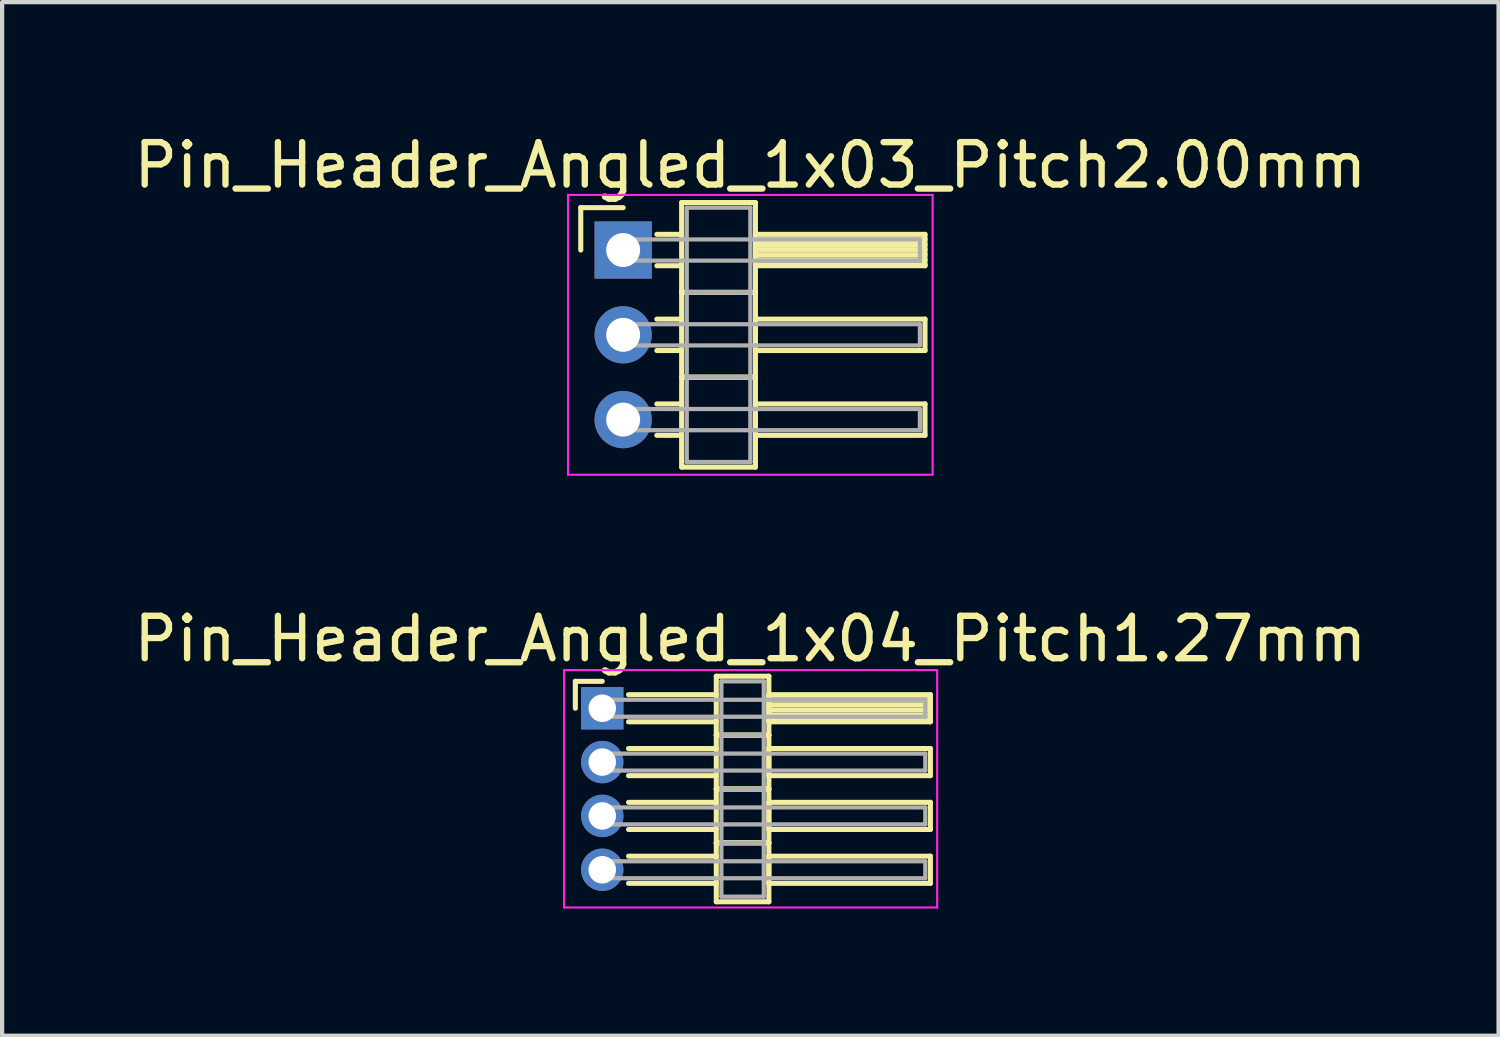
<source format=kicad_pcb>
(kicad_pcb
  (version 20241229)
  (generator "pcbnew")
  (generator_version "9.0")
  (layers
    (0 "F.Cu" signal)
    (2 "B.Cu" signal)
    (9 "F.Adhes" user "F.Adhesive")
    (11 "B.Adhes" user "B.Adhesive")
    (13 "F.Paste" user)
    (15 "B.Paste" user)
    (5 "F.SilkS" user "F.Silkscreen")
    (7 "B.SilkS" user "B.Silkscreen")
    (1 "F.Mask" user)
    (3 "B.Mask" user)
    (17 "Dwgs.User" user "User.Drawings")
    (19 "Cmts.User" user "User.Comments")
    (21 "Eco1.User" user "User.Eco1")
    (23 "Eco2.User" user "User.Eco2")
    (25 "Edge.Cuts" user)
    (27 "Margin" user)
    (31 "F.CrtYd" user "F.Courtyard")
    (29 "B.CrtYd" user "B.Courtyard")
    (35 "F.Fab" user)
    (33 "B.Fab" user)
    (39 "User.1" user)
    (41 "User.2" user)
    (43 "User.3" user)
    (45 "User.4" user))
  (footprint "Pin_Header_Angled_1x03_Pitch2.00mm"
    (layer "F.Cu")
    (at 11.649 2.848)
    (property "Reference" "Pin_Header_Angled_1x03_Pitch2.00mm" (at 3 -2 0) (layer "F.SilkS") (effects (font (size 1 1) (thickness 0.15))))
    (attr through_hole)
    (fp_line (start -1 -1) (end 0 -1) (stroke (width 0.12) (type solid)) (layer "F.SilkS"))
    (fp_line (start -1 0) (end -1 -1) (stroke (width 0.12) (type solid)) (layer "F.SilkS"))
    (fp_line (start 0.795 -0.37) (end 1.38 -0.37) (stroke (width 0.12) (type solid)) (layer "F.SilkS"))
    (fp_line (start 0.795 0.37) (end 1.38 0.37) (stroke (width 0.12) (type solid)) (layer "F.SilkS"))
    (fp_line (start 0.795 1.63) (end 1.38 1.63) (stroke (width 0.12) (type solid)) (layer "F.SilkS"))
    (fp_line (start 0.795 2.37) (end 1.38 2.37) (stroke (width 0.12) (type solid)) (layer "F.SilkS"))
    (fp_line (start 0.795 3.63) (end 1.38 3.63) (stroke (width 0.12) (type solid)) (layer "F.SilkS"))
    (fp_line (start 0.795 4.37) (end 1.38 4.37) (stroke (width 0.12) (type solid)) (layer "F.SilkS"))
    (fp_line (start 1.38 -1.12) (end 1.38 1) (stroke (width 0.12) (type solid)) (layer "F.SilkS"))
    (fp_line (start 1.38 1) (end 1.38 3) (stroke (width 0.12) (type solid)) (layer "F.SilkS"))
    (fp_line (start 1.38 1) (end 3.12 1) (stroke (width 0.12) (type solid)) (layer "F.SilkS"))
    (fp_line (start 1.38 3) (end 1.38 5.12) (stroke (width 0.12) (type solid)) (layer "F.SilkS"))
    (fp_line (start 1.38 3) (end 3.12 3) (stroke (width 0.12) (type solid)) (layer "F.SilkS"))
    (fp_line (start 1.38 5.12) (end 3.12 5.12) (stroke (width 0.12) (type solid)) (layer "F.SilkS"))
    (fp_line (start 3.12 -1.12) (end 1.38 -1.12) (stroke (width 0.12) (type solid)) (layer "F.SilkS"))
    (fp_line (start 3.12 -0.37) (end 3.12 0.37) (stroke (width 0.12) (type solid)) (layer "F.SilkS"))
    (fp_line (start 3.12 -0.25) (end 7.12 -0.25) (stroke (width 0.12) (type solid)) (layer "F.SilkS"))
    (fp_line (start 3.12 -0.13) (end 7.12 -0.13) (stroke (width 0.12) (type solid)) (layer "F.SilkS"))
    (fp_line (start 3.12 -0.01) (end 7.12 -0.01) (stroke (width 0.12) (type solid)) (layer "F.SilkS"))
    (fp_line (start 3.12 0.11) (end 7.12 0.11) (stroke (width 0.12) (type solid)) (layer "F.SilkS"))
    (fp_line (start 3.12 0.23) (end 7.12 0.23) (stroke (width 0.12) (type solid)) (layer "F.SilkS"))
    (fp_line (start 3.12 0.35) (end 7.12 0.35) (stroke (width 0.12) (type solid)) (layer "F.SilkS"))
    (fp_line (start 3.12 0.37) (end 7.12 0.37) (stroke (width 0.12) (type solid)) (layer "F.SilkS"))
    (fp_line (start 3.12 1) (end 1.38 1) (stroke (width 0.12) (type solid)) (layer "F.SilkS"))
    (fp_line (start 3.12 1) (end 3.12 -1.12) (stroke (width 0.12) (type solid)) (layer "F.SilkS"))
    (fp_line (start 3.12 1.63) (end 3.12 2.37) (stroke (width 0.12) (type solid)) (layer "F.SilkS"))
    (fp_line (start 3.12 2.37) (end 7.12 2.37) (stroke (width 0.12) (type solid)) (layer "F.SilkS"))
    (fp_line (start 3.12 3) (end 1.38 3) (stroke (width 0.12) (type solid)) (layer "F.SilkS"))
    (fp_line (start 3.12 3) (end 3.12 1) (stroke (width 0.12) (type solid)) (layer "F.SilkS"))
    (fp_line (start 3.12 3.63) (end 3.12 4.37) (stroke (width 0.12) (type solid)) (layer "F.SilkS"))
    (fp_line (start 3.12 4.37) (end 7.12 4.37) (stroke (width 0.12) (type solid)) (layer "F.SilkS"))
    (fp_line (start 3.12 5.12) (end 3.12 3) (stroke (width 0.12) (type solid)) (layer "F.SilkS"))
    (fp_line (start 7.12 -0.37) (end 3.12 -0.37) (stroke (width 0.12) (type solid)) (layer "F.SilkS"))
    (fp_line (start 7.12 0.37) (end 7.12 -0.37) (stroke (width 0.12) (type solid)) (layer "F.SilkS"))
    (fp_line (start 7.12 1.63) (end 3.12 1.63) (stroke (width 0.12) (type solid)) (layer "F.SilkS"))
    (fp_line (start 7.12 2.37) (end 7.12 1.63) (stroke (width 0.12) (type solid)) (layer "F.SilkS"))
    (fp_line (start 7.12 3.63) (end 3.12 3.63) (stroke (width 0.12) (type solid)) (layer "F.SilkS"))
    (fp_line (start 7.12 4.37) (end 7.12 3.63) (stroke (width 0.12) (type solid)) (layer "F.SilkS"))
    (fp_line (start -1.3 -1.3) (end -1.3 5.3) (stroke (width 0.05) (type solid)) (layer "F.CrtYd"))
    (fp_line (start -1.3 5.3) (end 7.3 5.3) (stroke (width 0.05) (type solid)) (layer "F.CrtYd"))
    (fp_line (start 7.3 -1.3) (end -1.3 -1.3) (stroke (width 0.05) (type solid)) (layer "F.CrtYd"))
    (fp_line (start 7.3 5.3) (end 7.3 -1.3) (stroke (width 0.05) (type solid)) (layer "F.CrtYd"))
    (fp_line (start 0 -0.25) (end 0 0.25) (stroke (width 0.1) (type solid)) (layer "F.Fab"))
    (fp_line (start 0 0.25) (end 7 0.25) (stroke (width 0.1) (type solid)) (layer "F.Fab"))
    (fp_line (start 0 1.75) (end 0 2.25) (stroke (width 0.1) (type solid)) (layer "F.Fab"))
    (fp_line (start 0 2.25) (end 7 2.25) (stroke (width 0.1) (type solid)) (layer "F.Fab"))
    (fp_line (start 0 3.75) (end 0 4.25) (stroke (width 0.1) (type solid)) (layer "F.Fab"))
    (fp_line (start 0 4.25) (end 7 4.25) (stroke (width 0.1) (type solid)) (layer "F.Fab"))
    (fp_line (start 1.5 -1) (end 1.5 1) (stroke (width 0.1) (type solid)) (layer "F.Fab"))
    (fp_line (start 1.5 1) (end 1.5 3) (stroke (width 0.1) (type solid)) (layer "F.Fab"))
    (fp_line (start 1.5 1) (end 3 1) (stroke (width 0.1) (type solid)) (layer "F.Fab"))
    (fp_line (start 1.5 3) (end 1.5 5) (stroke (width 0.1) (type solid)) (layer "F.Fab"))
    (fp_line (start 1.5 3) (end 3 3) (stroke (width 0.1) (type solid)) (layer "F.Fab"))
    (fp_line (start 1.5 5) (end 3 5) (stroke (width 0.1) (type solid)) (layer "F.Fab"))
    (fp_line (start 3 -1) (end 1.5 -1) (stroke (width 0.1) (type solid)) (layer "F.Fab"))
    (fp_line (start 3 1) (end 1.5 1) (stroke (width 0.1) (type solid)) (layer "F.Fab"))
    (fp_line (start 3 1) (end 3 -1) (stroke (width 0.1) (type solid)) (layer "F.Fab"))
    (fp_line (start 3 3) (end 1.5 3) (stroke (width 0.1) (type solid)) (layer "F.Fab"))
    (fp_line (start 3 3) (end 3 1) (stroke (width 0.1) (type solid)) (layer "F.Fab"))
    (fp_line (start 3 5) (end 3 3) (stroke (width 0.1) (type solid)) (layer "F.Fab"))
    (fp_line (start 7 -0.25) (end 0 -0.25) (stroke (width 0.1) (type solid)) (layer "F.Fab"))
    (fp_line (start 7 0.25) (end 7 -0.25) (stroke (width 0.1) (type solid)) (layer "F.Fab"))
    (fp_line (start 7 1.75) (end 0 1.75) (stroke (width 0.1) (type solid)) (layer "F.Fab"))
    (fp_line (start 7 2.25) (end 7 1.75) (stroke (width 0.1) (type solid)) (layer "F.Fab"))
    (fp_line (start 7 3.75) (end 0 3.75) (stroke (width 0.1) (type solid)) (layer "F.Fab"))
    (fp_line (start 7 4.25) (end 7 3.75) (stroke (width 0.1) (type solid)) (layer "F.Fab"))
    (pad "1" thru_hole rect (at 0 0) (size 1.35 1.35) (drill 0.8) (layers "*.Cu" "*.Mask"))
    (pad "2" thru_hole oval (at 0 2) (size 1.35 1.35) (drill 0.8) (layers "*.Cu" "*.Mask"))
    (pad "3" thru_hole oval (at 0 4) (size 1.35 1.35) (drill 0.8) (layers "*.Cu" "*.Mask")))
  (footprint "Pin_Header_Angled_1x04_Pitch1.27mm"
    (layer "F.Cu")
    (at 11.156 13.656)
    (property "Reference" "Pin_Header_Angled_1x04_Pitch1.27mm" (at 3.493 -1.635 0) (layer "F.SilkS") (effects (font (size 1 1) (thickness 0.15))))
    (attr through_hole)
    (fp_line (start -0.635 -0.635) (end 0 -0.635) (stroke (width 0.12) (type solid)) (layer "F.SilkS"))
    (fp_line (start -0.635 0) (end -0.635 -0.635) (stroke (width 0.12) (type solid)) (layer "F.SilkS"))
    (fp_line (start 0.62 -0.32) (end 2.69 -0.32) (stroke (width 0.12) (type solid)) (layer "F.SilkS"))
    (fp_line (start 0.62 0.32) (end 2.69 0.32) (stroke (width 0.12) (type solid)) (layer "F.SilkS"))
    (fp_line (start 0.62 0.95) (end 2.69 0.95) (stroke (width 0.12) (type solid)) (layer "F.SilkS"))
    (fp_line (start 0.62 1.59) (end 2.69 1.59) (stroke (width 0.12) (type solid)) (layer "F.SilkS"))
    (fp_line (start 0.62 2.22) (end 2.69 2.22) (stroke (width 0.12) (type solid)) (layer "F.SilkS"))
    (fp_line (start 0.62 2.86) (end 2.69 2.86) (stroke (width 0.12) (type solid)) (layer "F.SilkS"))
    (fp_line (start 0.62 3.49) (end 2.69 3.49) (stroke (width 0.12) (type solid)) (layer "F.SilkS"))
    (fp_line (start 0.62 4.13) (end 2.69 4.13) (stroke (width 0.12) (type solid)) (layer "F.SilkS"))
    (fp_line (start 2.69 -0.755) (end 2.69 0.635) (stroke (width 0.12) (type solid)) (layer "F.SilkS"))
    (fp_line (start 2.69 0.635) (end 2.69 1.905) (stroke (width 0.12) (type solid)) (layer "F.SilkS"))
    (fp_line (start 2.69 0.635) (end 3.93 0.635) (stroke (width 0.12) (type solid)) (layer "F.SilkS"))
    (fp_line (start 2.69 1.905) (end 2.69 3.175) (stroke (width 0.12) (type solid)) (layer "F.SilkS"))
    (fp_line (start 2.69 1.905) (end 3.93 1.905) (stroke (width 0.12) (type solid)) (layer "F.SilkS"))
    (fp_line (start 2.69 3.175) (end 2.69 4.565) (stroke (width 0.12) (type solid)) (layer "F.SilkS"))
    (fp_line (start 2.69 3.175) (end 3.93 3.175) (stroke (width 0.12) (type solid)) (layer "F.SilkS"))
    (fp_line (start 2.69 4.565) (end 3.93 4.565) (stroke (width 0.12) (type solid)) (layer "F.SilkS"))
    (fp_line (start 3.93 -0.755) (end 2.69 -0.755) (stroke (width 0.12) (type solid)) (layer "F.SilkS"))
    (fp_line (start 3.93 -0.32) (end 3.93 0.32) (stroke (width 0.12) (type solid)) (layer "F.SilkS"))
    (fp_line (start 3.93 -0.2) (end 7.74 -0.2) (stroke (width 0.12) (type solid)) (layer "F.SilkS"))
    (fp_line (start 3.93 -0.08) (end 7.74 -0.08) (stroke (width 0.12) (type solid)) (layer "F.SilkS"))
    (fp_line (start 3.93 0.04) (end 7.74 0.04) (stroke (width 0.12) (type solid)) (layer "F.SilkS"))
    (fp_line (start 3.93 0.16) (end 7.74 0.16) (stroke (width 0.12) (type solid)) (layer "F.SilkS"))
    (fp_line (start 3.93 0.28) (end 7.74 0.28) (stroke (width 0.12) (type solid)) (layer "F.SilkS"))
    (fp_line (start 3.93 0.32) (end 7.74 0.32) (stroke (width 0.12) (type solid)) (layer "F.SilkS"))
    (fp_line (start 3.93 0.635) (end 2.69 0.635) (stroke (width 0.12) (type solid)) (layer "F.SilkS"))
    (fp_line (start 3.93 0.635) (end 3.93 -0.755) (stroke (width 0.12) (type solid)) (layer "F.SilkS"))
    (fp_line (start 3.93 0.95) (end 3.93 1.59) (stroke (width 0.12) (type solid)) (layer "F.SilkS"))
    (fp_line (start 3.93 1.59) (end 7.74 1.59) (stroke (width 0.12) (type solid)) (layer "F.SilkS"))
    (fp_line (start 3.93 1.905) (end 2.69 1.905) (stroke (width 0.12) (type solid)) (layer "F.SilkS"))
    (fp_line (start 3.93 1.905) (end 3.93 0.635) (stroke (width 0.12) (type solid)) (layer "F.SilkS"))
    (fp_line (start 3.93 2.22) (end 3.93 2.86) (stroke (width 0.12) (type solid)) (layer "F.SilkS"))
    (fp_line (start 3.93 2.86) (end 7.74 2.86) (stroke (width 0.12) (type solid)) (layer "F.SilkS"))
    (fp_line (start 3.93 3.175) (end 2.69 3.175) (stroke (width 0.12) (type solid)) (layer "F.SilkS"))
    (fp_line (start 3.93 3.175) (end 3.93 1.905) (stroke (width 0.12) (type solid)) (layer "F.SilkS"))
    (fp_line (start 3.93 3.49) (end 3.93 4.13) (stroke (width 0.12) (type solid)) (layer "F.SilkS"))
    (fp_line (start 3.93 4.13) (end 7.74 4.13) (stroke (width 0.12) (type solid)) (layer "F.SilkS"))
    (fp_line (start 3.93 4.565) (end 3.93 3.175) (stroke (width 0.12) (type solid)) (layer "F.SilkS"))
    (fp_line (start 7.74 -0.32) (end 3.93 -0.32) (stroke (width 0.12) (type solid)) (layer "F.SilkS"))
    (fp_line (start 7.74 0.32) (end 7.74 -0.32) (stroke (width 0.12) (type solid)) (layer "F.SilkS"))
    (fp_line (start 7.74 0.95) (end 3.93 0.95) (stroke (width 0.12) (type solid)) (layer "F.SilkS"))
    (fp_line (start 7.74 1.59) (end 7.74 0.95) (stroke (width 0.12) (type solid)) (layer "F.SilkS"))
    (fp_line (start 7.74 2.22) (end 3.93 2.22) (stroke (width 0.12) (type solid)) (layer "F.SilkS"))
    (fp_line (start 7.74 2.86) (end 7.74 2.22) (stroke (width 0.12) (type solid)) (layer "F.SilkS"))
    (fp_line (start 7.74 3.49) (end 3.93 3.49) (stroke (width 0.12) (type solid)) (layer "F.SilkS"))
    (fp_line (start 7.74 4.13) (end 7.74 3.49) (stroke (width 0.12) (type solid)) (layer "F.SilkS"))
    (fp_line (start -0.9 -0.9) (end -0.9 4.7) (stroke (width 0.05) (type solid)) (layer "F.CrtYd"))
    (fp_line (start -0.9 4.7) (end 7.9 4.7) (stroke (width 0.05) (type solid)) (layer "F.CrtYd"))
    (fp_line (start 7.9 -0.9) (end -0.9 -0.9) (stroke (width 0.05) (type solid)) (layer "F.CrtYd"))
    (fp_line (start 7.9 4.7) (end 7.9 -0.9) (stroke (width 0.05) (type solid)) (layer "F.CrtYd"))
    (fp_line (start 0 -0.2) (end 0 0.2) (stroke (width 0.1) (type solid)) (layer "F.Fab"))
    (fp_line (start 0 0.2) (end 7.62 0.2) (stroke (width 0.1) (type solid)) (layer "F.Fab"))
    (fp_line (start 0 1.07) (end 0 1.47) (stroke (width 0.1) (type solid)) (layer "F.Fab"))
    (fp_line (start 0 1.47) (end 7.62 1.47) (stroke (width 0.1) (type solid)) (layer "F.Fab"))
    (fp_line (start 0 2.34) (end 0 2.74) (stroke (width 0.1) (type solid)) (layer "F.Fab"))
    (fp_line (start 0 2.74) (end 7.62 2.74) (stroke (width 0.1) (type solid)) (layer "F.Fab"))
    (fp_line (start 0 3.61) (end 0 4.01) (stroke (width 0.1) (type solid)) (layer "F.Fab"))
    (fp_line (start 0 4.01) (end 7.62 4.01) (stroke (width 0.1) (type solid)) (layer "F.Fab"))
    (fp_line (start 2.81 -0.635) (end 2.81 0.635) (stroke (width 0.1) (type solid)) (layer "F.Fab"))
    (fp_line (start 2.81 0.635) (end 2.81 1.905) (stroke (width 0.1) (type solid)) (layer "F.Fab"))
    (fp_line (start 2.81 0.635) (end 3.81 0.635) (stroke (width 0.1) (type solid)) (layer "F.Fab"))
    (fp_line (start 2.81 1.905) (end 2.81 3.175) (stroke (width 0.1) (type solid)) (layer "F.Fab"))
    (fp_line (start 2.81 1.905) (end 3.81 1.905) (stroke (width 0.1) (type solid)) (layer "F.Fab"))
    (fp_line (start 2.81 3.175) (end 2.81 4.445) (stroke (width 0.1) (type solid)) (layer "F.Fab"))
    (fp_line (start 2.81 3.175) (end 3.81 3.175) (stroke (width 0.1) (type solid)) (layer "F.Fab"))
    (fp_line (start 2.81 4.445) (end 3.81 4.445) (stroke (width 0.1) (type solid)) (layer "F.Fab"))
    (fp_line (start 3.81 -0.635) (end 2.81 -0.635) (stroke (width 0.1) (type solid)) (layer "F.Fab"))
    (fp_line (start 3.81 0.635) (end 2.81 0.635) (stroke (width 0.1) (type solid)) (layer "F.Fab"))
    (fp_line (start 3.81 0.635) (end 3.81 -0.635) (stroke (width 0.1) (type solid)) (layer "F.Fab"))
    (fp_line (start 3.81 1.905) (end 2.81 1.905) (stroke (width 0.1) (type solid)) (layer "F.Fab"))
    (fp_line (start 3.81 1.905) (end 3.81 0.635) (stroke (width 0.1) (type solid)) (layer "F.Fab"))
    (fp_line (start 3.81 3.175) (end 2.81 3.175) (stroke (width 0.1) (type solid)) (layer "F.Fab"))
    (fp_line (start 3.81 3.175) (end 3.81 1.905) (stroke (width 0.1) (type solid)) (layer "F.Fab"))
    (fp_line (start 3.81 4.445) (end 3.81 3.175) (stroke (width 0.1) (type solid)) (layer "F.Fab"))
    (fp_line (start 7.62 -0.2) (end 0 -0.2) (stroke (width 0.1) (type solid)) (layer "F.Fab"))
    (fp_line (start 7.62 0.2) (end 7.62 -0.2) (stroke (width 0.1) (type solid)) (layer "F.Fab"))
    (fp_line (start 7.62 1.07) (end 0 1.07) (stroke (width 0.1) (type solid)) (layer "F.Fab"))
    (fp_line (start 7.62 1.47) (end 7.62 1.07) (stroke (width 0.1) (type solid)) (layer "F.Fab"))
    (fp_line (start 7.62 2.34) (end 0 2.34) (stroke (width 0.1) (type solid)) (layer "F.Fab"))
    (fp_line (start 7.62 2.74) (end 7.62 2.34) (stroke (width 0.1) (type solid)) (layer "F.Fab"))
    (fp_line (start 7.62 3.61) (end 0 3.61) (stroke (width 0.1) (type solid)) (layer "F.Fab"))
    (fp_line (start 7.62 4.01) (end 7.62 3.61) (stroke (width 0.1) (type solid)) (layer "F.Fab"))
    (pad "1" thru_hole rect (at 0 0) (size 1 1) (drill 0.65) (layers "*.Cu" "*.Mask"))
    (pad "2" thru_hole oval (at 0 1.27) (size 1 1) (drill 0.65) (layers "*.Cu" "*.Mask"))
    (pad "3" thru_hole oval (at 0 2.54) (size 1 1) (drill 0.65) (layers "*.Cu" "*.Mask"))
    (pad "4" thru_hole oval (at 0 3.81) (size 1 1) (drill 0.65) (layers "*.Cu" "*.Mask")))
  (gr_rect
    (start -3 -3)
    (end 32.298 21.381)
    (stroke (width 0.1) (type default))
    (fill no)
    (layer "Edge.Cuts")))
</source>
